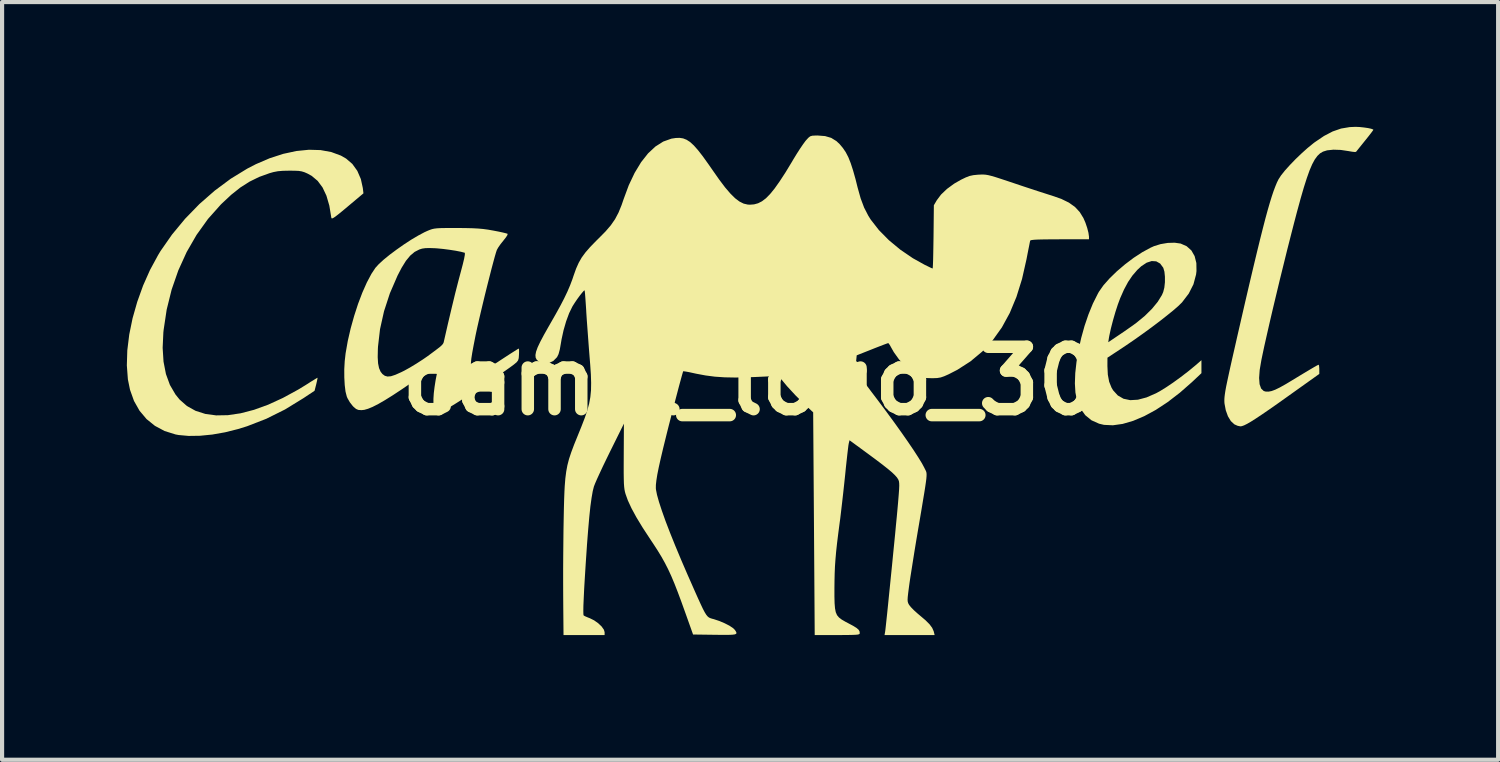
<source format=kicad_pcb>
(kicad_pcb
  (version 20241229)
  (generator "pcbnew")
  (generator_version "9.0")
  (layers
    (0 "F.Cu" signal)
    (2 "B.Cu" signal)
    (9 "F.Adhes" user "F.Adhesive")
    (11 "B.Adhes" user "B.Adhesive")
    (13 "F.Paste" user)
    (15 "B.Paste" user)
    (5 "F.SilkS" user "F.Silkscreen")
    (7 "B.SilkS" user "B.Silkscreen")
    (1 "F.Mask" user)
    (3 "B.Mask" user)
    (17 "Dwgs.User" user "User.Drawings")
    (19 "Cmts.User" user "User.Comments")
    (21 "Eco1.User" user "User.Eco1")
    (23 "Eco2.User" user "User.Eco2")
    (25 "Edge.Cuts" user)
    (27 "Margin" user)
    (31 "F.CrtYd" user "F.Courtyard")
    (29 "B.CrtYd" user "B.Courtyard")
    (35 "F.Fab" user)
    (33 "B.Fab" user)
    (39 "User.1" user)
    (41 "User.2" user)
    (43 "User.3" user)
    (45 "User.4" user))
  (footprint "camel_logo_30"
    (layer "F.Cu")
    (at 14.998 6.11)
    (property "Reference" "camel_logo_30" (at 0 0 0) (layer "F.SilkS") (effects (font (size 1.5 1.5) (thickness 0.3))))
    (attr board_only exclude_from_pos_files exclude_from_bom)
    (fp_poly (pts (xy -10.34 -5.551) (xy -10.082 -5.504) (xy -9.852 -5.419) (xy -9.726 -5.347) (xy -9.576 -5.218) (xy -9.456 -5.051) (xy -9.371 -4.854) (xy -9.324 -4.639) (xy -9.309 -4.511) (xy -9.691 -4.19) (xy -9.824 -4.079) (xy -9.923 -3.999) (xy -9.992 -3.946) (xy -10.038 -3.917) (xy -10.065 -3.907) (xy -10.078 -3.915) (xy -10.082 -3.93) (xy -10.129 -4.215) (xy -10.199 -4.455) (xy -10.292 -4.652) (xy -10.409 -4.81) (xy -10.553 -4.931) (xy -10.657 -4.988) (xy -10.728 -5.019) (xy -10.794 -5.039) (xy -10.869 -5.051) (xy -10.968 -5.055) (xy -11.088 -5.056) (xy -11.243 -5.053) (xy -11.365 -5.043) (xy -11.474 -5.022) (xy -11.569 -4.995) (xy -11.818 -4.905) (xy -12.048 -4.792) (xy -12.268 -4.652) (xy -12.489 -4.476) (xy -12.72 -4.26) (xy -12.74 -4.24) (xy -13.047 -3.895) (xy -13.321 -3.513) (xy -13.56 -3.099) (xy -13.76 -2.659) (xy -13.921 -2.196) (xy -14.04 -1.716) (xy -14.114 -1.224) (xy -14.12 -1.165) (xy -14.137 -0.796) (xy -14.116 -0.464) (xy -14.058 -0.166) (xy -13.962 0.097) (xy -13.828 0.326) (xy -13.73 0.447) (xy -13.553 0.603) (xy -13.346 0.718) (xy -13.111 0.793) (xy -12.851 0.828) (xy -12.568 0.823) (xy -12.263 0.778) (xy -11.94 0.694) (xy -11.6 0.571) (xy -11.245 0.408) (xy -10.878 0.208) (xy -10.688 0.092) (xy -10.585 0.026) (xy -10.499 -0.027) (xy -10.438 -0.064) (xy -10.413 -0.078) (xy -10.413 -0.078) (xy -10.415 -0.055) (xy -10.427 0.005) (xy -10.444 0.079) (xy -10.484 0.236) (xy -10.75 0.413) (xy -11.195 0.686) (xy -11.645 0.91) (xy -12.106 1.089) (xy -12.326 1.157) (xy -12.637 1.235) (xy -12.944 1.289) (xy -13.239 1.318) (xy -13.512 1.322) (xy -13.754 1.3) (xy -13.828 1.286) (xy -14.09 1.204) (xy -14.322 1.08) (xy -14.524 0.917) (xy -14.693 0.716) (xy -14.826 0.481) (xy -14.922 0.212) (xy -14.973 -0.038) (xy -14.998 -0.374) (xy -14.987 -0.736) (xy -14.94 -1.117) (xy -14.86 -1.508) (xy -14.748 -1.902) (xy -14.608 -2.292) (xy -14.441 -2.668) (xy -14.248 -3.024) (xy -14.188 -3.124) (xy -13.911 -3.521) (xy -13.598 -3.899) (xy -13.254 -4.253) (xy -12.885 -4.576) (xy -12.5 -4.862) (xy -12.103 -5.105) (xy -11.894 -5.213) (xy -11.561 -5.356) (xy -11.236 -5.461) (xy -10.92 -5.529) (xy -10.62 -5.559)) (stroke (width 0) (type solid)) (fill yes) (layer "F.SilkS"))
    (fp_poly (pts (xy 10.338 -3.304) (xy 10.34 -3.304) (xy 10.485 -3.24) (xy 10.599 -3.138) (xy 10.677 -3.002) (xy 10.719 -2.835) (xy 10.722 -2.643) (xy 10.712 -2.56) (xy 10.649 -2.324) (xy 10.536 -2.101) (xy 10.375 -1.89) (xy 10.364 -1.879) (xy 10.281 -1.798) (xy 10.161 -1.694) (xy 10.01 -1.572) (xy 9.837 -1.436) (xy 9.646 -1.292) (xy 9.446 -1.146) (xy 9.242 -1.001) (xy 9.041 -0.863) (xy 8.936 -0.793) (xy 8.581 -0.559) (xy 8.58 -0.359) (xy 8.59 -0.151) (xy 8.622 0.019) (xy 8.679 0.161) (xy 8.718 0.226) (xy 8.83 0.349) (xy 8.967 0.428) (xy 9.129 0.462) (xy 9.314 0.451) (xy 9.521 0.396) (xy 9.748 0.297) (xy 9.84 0.247) (xy 9.986 0.157) (xy 10.157 0.042) (xy 10.339 -0.09) (xy 10.519 -0.228) (xy 10.683 -0.363) (xy 10.692 -0.37) (xy 10.841 -0.499) (xy 10.841 -0.343) (xy 10.841 -0.187) (xy 10.614 0.027) (xy 10.322 0.283) (xy 10.031 0.507) (xy 9.745 0.695) (xy 9.467 0.846) (xy 9.2 0.959) (xy 8.947 1.033) (xy 8.712 1.066) (xy 8.498 1.056) (xy 8.38 1.028) (xy 8.197 0.946) (xy 8.047 0.823) (xy 7.93 0.66) (xy 7.847 0.46) (xy 7.811 0.279) (xy 7.798 0.06) (xy 7.807 -0.189) (xy 7.837 -0.459) (xy 7.885 -0.744) (xy 7.927 -0.931) (xy 8.6 -0.931) (xy 8.869 -1.112) (xy 8.99 -1.194) (xy 9.11 -1.278) (xy 9.216 -1.353) (xy 9.281 -1.401) (xy 9.48 -1.565) (xy 9.652 -1.735) (xy 9.79 -1.903) (xy 9.889 -2.063) (xy 9.922 -2.138) (xy 9.949 -2.245) (xy 9.963 -2.374) (xy 9.963 -2.507) (xy 9.951 -2.627) (xy 9.925 -2.716) (xy 9.923 -2.722) (xy 9.848 -2.823) (xy 9.754 -2.876) (xy 9.645 -2.883) (xy 9.524 -2.844) (xy 9.394 -2.758) (xy 9.299 -2.67) (xy 9.181 -2.533) (xy 9.077 -2.38) (xy 8.979 -2.197) (xy 8.888 -1.992) (xy 8.831 -1.839) (xy 8.771 -1.654) (xy 8.714 -1.456) (xy 8.664 -1.263) (xy 8.627 -1.093) (xy 8.618 -1.044) (xy 8.6 -0.931) (xy 7.927 -0.931) (xy 7.95 -1.034) (xy 8.03 -1.322) (xy 8.125 -1.601) (xy 8.231 -1.861) (xy 8.349 -2.096) (xy 8.376 -2.145) (xy 8.485 -2.3) (xy 8.632 -2.466) (xy 8.808 -2.637) (xy 9.004 -2.804) (xy 9.209 -2.959) (xy 9.416 -3.094) (xy 9.614 -3.202) (xy 9.7 -3.241) (xy 9.858 -3.29) (xy 10.03 -3.319) (xy 10.197 -3.324)) (stroke (width 0) (type solid)) (fill yes) (layer "F.SilkS"))
    (fp_poly (pts (xy 14.644 -6.106) (xy 14.747 -6.095) (xy 14.845 -6.081) (xy 14.923 -6.064) (xy 14.968 -6.047) (xy 14.975 -6.039) (xy 14.959 -6.014) (xy 14.917 -5.958) (xy 14.855 -5.878) (xy 14.778 -5.782) (xy 14.773 -5.776) (xy 14.695 -5.679) (xy 14.629 -5.597) (xy 14.581 -5.537) (xy 14.559 -5.51) (xy 14.559 -5.509) (xy 14.529 -5.505) (xy 14.463 -5.512) (xy 14.377 -5.527) (xy 14.19 -5.555) (xy 14.015 -5.561) (xy 13.863 -5.545) (xy 13.764 -5.514) (xy 13.694 -5.473) (xy 13.629 -5.411) (xy 13.566 -5.325) (xy 13.504 -5.21) (xy 13.441 -5.063) (xy 13.375 -4.878) (xy 13.303 -4.652) (xy 13.224 -4.38) (xy 13.207 -4.316) (xy 13.14 -4.072) (xy 13.066 -3.79) (xy 12.986 -3.478) (xy 12.901 -3.144) (xy 12.815 -2.795) (xy 12.727 -2.439) (xy 12.642 -2.084) (xy 12.559 -1.737) (xy 12.482 -1.407) (xy 12.412 -1.1) (xy 12.35 -0.825) (xy 12.3 -0.589) (xy 12.283 -0.507) (xy 12.242 -0.267) (xy 12.228 -0.072) (xy 12.239 0.078) (xy 12.276 0.182) (xy 12.339 0.242) (xy 12.388 0.256) (xy 12.454 0.257) (xy 12.527 0.243) (xy 12.614 0.211) (xy 12.723 0.158) (xy 12.861 0.081) (xy 13.003 -0.004) (xy 13.197 -0.122) (xy 13.351 -0.215) (xy 13.469 -0.285) (xy 13.554 -0.335) (xy 13.612 -0.368) (xy 13.646 -0.385) (xy 13.66 -0.39) (xy 13.669 -0.367) (xy 13.674 -0.309) (xy 13.675 -0.279) (xy 13.675 -0.169) (xy 12.937 0.357) (xy 12.686 0.536) (xy 12.473 0.685) (xy 12.295 0.807) (xy 12.149 0.904) (xy 12.031 0.979) (xy 11.937 1.033) (xy 11.866 1.068) (xy 11.812 1.087) (xy 11.777 1.092) (xy 11.71 1.078) (xy 11.636 1.045) (xy 11.631 1.042) (xy 11.548 0.965) (xy 11.478 0.849) (xy 11.426 0.705) (xy 11.396 0.546) (xy 11.393 0.511) (xy 11.392 0.472) (xy 11.393 0.428) (xy 11.397 0.377) (xy 11.405 0.313) (xy 11.417 0.235) (xy 11.435 0.136) (xy 11.46 0.015) (xy 11.492 -0.134) (xy 11.531 -0.313) (xy 11.579 -0.528) (xy 11.637 -0.781) (xy 11.704 -1.077) (xy 11.783 -1.42) (xy 11.788 -1.443) (xy 11.899 -1.925) (xy 12 -2.358) (xy 12.092 -2.747) (xy 12.175 -3.093) (xy 12.25 -3.4) (xy 12.318 -3.67) (xy 12.379 -3.906) (xy 12.435 -4.111) (xy 12.486 -4.287) (xy 12.533 -4.439) (xy 12.576 -4.567) (xy 12.617 -4.676) (xy 12.655 -4.768) (xy 12.693 -4.846) (xy 12.694 -4.848) (xy 12.755 -4.942) (xy 12.848 -5.059) (xy 12.967 -5.191) (xy 13.103 -5.332) (xy 13.248 -5.471) (xy 13.394 -5.602) (xy 13.534 -5.716) (xy 13.567 -5.741) (xy 13.789 -5.891) (xy 13.996 -5.999) (xy 14.198 -6.069) (xy 14.406 -6.104) (xy 14.546 -6.11)) (stroke (width 0) (type solid)) (fill yes) (layer "F.SilkS"))
    (fp_poly (pts (xy -7.058 -3.678) (xy -6.854 -3.676) (xy -6.69 -3.672) (xy -6.553 -3.665) (xy -6.432 -3.654) (xy -6.313 -3.638) (xy -6.188 -3.616) (xy -6.063 -3.592) (xy -5.957 -3.569) (xy -5.88 -3.55) (xy -5.843 -3.538) (xy -5.842 -3.537) (xy -5.847 -3.509) (xy -5.881 -3.455) (xy -5.936 -3.385) (xy -5.942 -3.377) (xy -6.01 -3.292) (xy -6.068 -3.209) (xy -6.101 -3.15) (xy -6.12 -3.094) (xy -6.149 -2.995) (xy -6.186 -2.859) (xy -6.23 -2.694) (xy -6.278 -2.505) (xy -6.33 -2.301) (xy -6.383 -2.088) (xy -6.435 -1.873) (xy -6.485 -1.663) (xy -6.531 -1.466) (xy -6.572 -1.287) (xy -6.605 -1.134) (xy -6.616 -1.08) (xy -6.66 -0.856) (xy -6.693 -0.677) (xy -6.715 -0.537) (xy -6.725 -0.43) (xy -6.726 -0.351) (xy -6.717 -0.293) (xy -6.699 -0.251) (xy -6.689 -0.237) (xy -6.653 -0.204) (xy -6.61 -0.189) (xy -6.552 -0.194) (xy -6.476 -0.221) (xy -6.376 -0.272) (xy -6.246 -0.349) (xy -6.082 -0.454) (xy -6.02 -0.495) (xy -5.887 -0.582) (xy -5.77 -0.658) (xy -5.674 -0.719) (xy -5.607 -0.761) (xy -5.575 -0.779) (xy -5.574 -0.78) (xy -5.568 -0.756) (xy -5.567 -0.696) (xy -5.569 -0.631) (xy -5.575 -0.548) (xy -5.591 -0.494) (xy -5.626 -0.449) (xy -5.69 -0.396) (xy -5.707 -0.383) (xy -5.786 -0.325) (xy -5.898 -0.246) (xy -6.035 -0.152) (xy -6.19 -0.047) (xy -6.356 0.065) (xy -6.526 0.178) (xy -6.693 0.288) (xy -6.851 0.39) (xy -6.991 0.48) (xy -7.107 0.553) (xy -7.192 0.605) (xy -7.229 0.625) (xy -7.364 0.681) (xy -7.472 0.7) (xy -7.556 0.68) (xy -7.58 0.665) (xy -7.605 0.64) (xy -7.62 0.602) (xy -7.626 0.54) (xy -7.626 0.44) (xy -7.625 0.411) (xy -7.617 0.292) (xy -7.599 0.145) (xy -7.575 -0.009) (xy -7.557 -0.104) (xy -7.533 -0.221) (xy -7.514 -0.318) (xy -7.502 -0.384) (xy -7.499 -0.409) (xy -7.521 -0.397) (xy -7.578 -0.36) (xy -7.663 -0.302) (xy -7.768 -0.229) (xy -7.841 -0.178) (xy -8.132 0.027) (xy -8.386 0.201) (xy -8.606 0.346) (xy -8.794 0.463) (xy -8.953 0.555) (xy -9.087 0.623) (xy -9.198 0.669) (xy -9.289 0.695) (xy -9.356 0.702) (xy -9.431 0.697) (xy -9.487 0.673) (xy -9.547 0.622) (xy -9.568 0.6) (xy -9.636 0.513) (xy -9.694 0.412) (xy -9.71 0.373) (xy -9.74 0.255) (xy -9.759 0.099) (xy -9.769 -0.083) (xy -9.77 -0.28) (xy -9.759 -0.478) (xy -9.748 -0.573) (xy -8.966 -0.573) (xy -8.957 -0.423) (xy -8.934 -0.309) (xy -8.896 -0.222) (xy -8.852 -0.166) (xy -8.795 -0.124) (xy -8.73 -0.106) (xy -8.647 -0.113) (xy -8.541 -0.148) (xy -8.402 -0.21) (xy -8.327 -0.247) (xy -8.19 -0.323) (xy -8.033 -0.418) (xy -7.877 -0.519) (xy -7.76 -0.6) (xy -7.628 -0.698) (xy -7.531 -0.771) (xy -7.464 -0.823) (xy -7.422 -0.862) (xy -7.397 -0.892) (xy -7.383 -0.918) (xy -7.376 -0.944) (xy -7.276 -1.382) (xy -7.184 -1.77) (xy -7.102 -2.109) (xy -7.027 -2.402) (xy -6.972 -2.608) (xy -6.922 -2.797) (xy -6.888 -2.939) (xy -6.871 -3.032) (xy -6.87 -3.078) (xy -6.873 -3.082) (xy -6.964 -3.106) (xy -7.091 -3.131) (xy -7.239 -3.154) (xy -7.393 -3.174) (xy -7.537 -3.188) (xy -7.584 -3.191) (xy -7.721 -3.196) (xy -7.821 -3.193) (xy -7.898 -3.182) (xy -7.965 -3.161) (xy -8.078 -3.103) (xy -8.184 -3.014) (xy -8.287 -2.889) (xy -8.39 -2.723) (xy -8.488 -2.535) (xy -8.673 -2.108) (xy -8.814 -1.676) (xy -8.91 -1.246) (xy -8.959 -0.825) (xy -8.962 -0.767) (xy -8.966 -0.573) (xy -9.748 -0.573) (xy -9.738 -0.663) (xy -9.686 -0.96) (xy -9.616 -1.264) (xy -9.532 -1.564) (xy -9.438 -1.854) (xy -9.335 -2.125) (xy -9.227 -2.368) (xy -9.117 -2.575) (xy -9.021 -2.72) (xy -8.94 -2.809) (xy -8.823 -2.916) (xy -8.677 -3.035) (xy -8.512 -3.158) (xy -8.337 -3.281) (xy -8.161 -3.396) (xy -7.992 -3.496) (xy -7.84 -3.577) (xy -7.767 -3.61) (xy -7.711 -3.633) (xy -7.661 -3.65) (xy -7.608 -3.662) (xy -7.543 -3.67) (xy -7.458 -3.675) (xy -7.344 -3.677) (xy -7.194 -3.678)) (stroke (width 0) (type solid)) (fill yes) (layer "F.SilkS"))
    (fp_poly (pts (xy 1.791 -5.888) (xy 1.938 -5.845) (xy 2.064 -5.767) (xy 2.141 -5.695) (xy 2.219 -5.602) (xy 2.288 -5.5) (xy 2.35 -5.381) (xy 2.407 -5.238) (xy 2.464 -5.063) (xy 2.524 -4.85) (xy 2.572 -4.657) (xy 2.646 -4.392) (xy 2.73 -4.168) (xy 2.831 -3.972) (xy 2.888 -3.881) (xy 3.085 -3.628) (xy 3.325 -3.385) (xy 3.6 -3.157) (xy 3.902 -2.951) (xy 4.18 -2.796) (xy 4.268 -2.753) (xy 4.336 -2.72) (xy 4.374 -2.704) (xy 4.377 -2.704) (xy 4.381 -2.729) (xy 4.385 -2.799) (xy 4.389 -2.909) (xy 4.392 -3.051) (xy 4.395 -3.22) (xy 4.398 -3.408) (xy 4.399 -3.464) (xy 4.407 -4.225) (xy 4.478 -4.346) (xy 4.58 -4.482) (xy 4.723 -4.618) (xy 4.895 -4.744) (xy 5.059 -4.838) (xy 5.175 -4.894) (xy 5.266 -4.929) (xy 5.355 -4.948) (xy 5.461 -4.959) (xy 5.482 -4.96) (xy 5.545 -4.963) (xy 5.6 -4.963) (xy 5.655 -4.959) (xy 5.718 -4.948) (xy 5.794 -4.929) (xy 5.893 -4.9) (xy 6.02 -4.859) (xy 6.183 -4.805) (xy 6.347 -4.75) (xy 6.537 -4.686) (xy 6.725 -4.624) (xy 6.901 -4.566) (xy 7.054 -4.517) (xy 7.175 -4.478) (xy 7.24 -4.458) (xy 7.47 -4.378) (xy 7.654 -4.288) (xy 7.8 -4.184) (xy 7.915 -4.06) (xy 8.004 -3.915) (xy 8.052 -3.804) (xy 8.094 -3.68) (xy 8.124 -3.563) (xy 8.137 -3.471) (xy 8.137 -3.464) (xy 8.137 -3.406) (xy 7.435 -3.406) (xy 7.214 -3.405) (xy 7.04 -3.403) (xy 6.909 -3.4) (xy 6.817 -3.395) (xy 6.758 -3.388) (xy 6.729 -3.379) (xy 6.723 -3.373) (xy 6.715 -3.338) (xy 6.7 -3.26) (xy 6.678 -3.151) (xy 6.652 -3.018) (xy 6.634 -2.924) (xy 6.527 -2.451) (xy 6.393 -2.022) (xy 6.232 -1.634) (xy 6.042 -1.287) (xy 5.822 -0.979) (xy 5.571 -0.707) (xy 5.288 -0.471) (xy 4.972 -0.268) (xy 4.764 -0.161) (xy 4.656 -0.113) (xy 4.571 -0.084) (xy 4.488 -0.07) (xy 4.384 -0.066) (xy 4.355 -0.066) (xy 4.229 -0.07) (xy 4.135 -0.085) (xy 4.053 -0.113) (xy 4.022 -0.127) (xy 3.87 -0.223) (xy 3.715 -0.357) (xy 3.569 -0.518) (xy 3.443 -0.694) (xy 3.383 -0.8) (xy 3.347 -0.865) (xy 3.318 -0.904) (xy 3.31 -0.91) (xy 3.281 -0.901) (xy 3.213 -0.876) (xy 3.114 -0.838) (xy 2.993 -0.791) (xy 2.923 -0.763) (xy 2.552 -0.616) (xy 2.534 -0.437) (xy 2.527 -0.326) (xy 2.533 -0.254) (xy 2.552 -0.21) (xy 2.576 -0.178) (xy 2.627 -0.109) (xy 2.701 -0.01) (xy 2.795 0.114) (xy 2.903 0.258) (xy 3.023 0.416) (xy 3.085 0.498) (xy 3.279 0.758) (xy 3.463 1.009) (xy 3.633 1.247) (xy 3.787 1.468) (xy 3.922 1.667) (xy 4.034 1.84) (xy 4.121 1.982) (xy 4.178 2.088) (xy 4.184 2.101) (xy 4.199 2.131) (xy 4.212 2.156) (xy 4.222 2.18) (xy 4.229 2.207) (xy 4.232 2.243) (xy 4.231 2.29) (xy 4.226 2.353) (xy 4.215 2.438) (xy 4.199 2.548) (xy 4.177 2.687) (xy 4.148 2.861) (xy 4.113 3.073) (xy 4.07 3.327) (xy 4.021 3.614) (xy 3.981 3.852) (xy 3.942 4.089) (xy 3.906 4.316) (xy 3.873 4.525) (xy 3.844 4.707) (xy 3.822 4.854) (xy 3.808 4.957) (xy 3.79 5.096) (xy 3.779 5.194) (xy 3.775 5.261) (xy 3.779 5.308) (xy 3.79 5.344) (xy 3.809 5.38) (xy 3.813 5.386) (xy 3.855 5.439) (xy 3.926 5.512) (xy 4.016 5.593) (xy 4.073 5.641) (xy 4.207 5.755) (xy 4.303 5.851) (xy 4.366 5.936) (xy 4.402 6.017) (xy 4.408 6.038) (xy 4.425 6.11) (xy 3.823 6.11) (xy 3.221 6.11) (xy 3.236 6.025) (xy 3.242 5.98) (xy 3.252 5.889) (xy 3.266 5.758) (xy 3.284 5.591) (xy 3.304 5.396) (xy 3.326 5.177) (xy 3.35 4.94) (xy 3.375 4.692) (xy 3.401 4.436) (xy 3.426 4.18) (xy 3.451 3.929) (xy 3.475 3.688) (xy 3.496 3.463) (xy 3.516 3.26) (xy 3.532 3.085) (xy 3.545 2.942) (xy 3.548 2.905) (xy 3.562 2.736) (xy 3.571 2.61) (xy 3.575 2.52) (xy 3.573 2.457) (xy 3.567 2.412) (xy 3.555 2.379) (xy 3.55 2.368) (xy 3.519 2.32) (xy 3.469 2.264) (xy 3.398 2.196) (xy 3.299 2.113) (xy 3.17 2.011) (xy 3.005 1.886) (xy 2.821 1.75) (xy 2.379 1.426) (xy 2.361 1.5) (xy 2.353 1.545) (xy 2.342 1.634) (xy 2.327 1.759) (xy 2.31 1.913) (xy 2.291 2.087) (xy 2.275 2.249) (xy 2.252 2.465) (xy 2.227 2.695) (xy 2.201 2.924) (xy 2.176 3.138) (xy 2.154 3.322) (xy 2.144 3.393) (xy 2.108 3.669) (xy 2.079 3.904) (xy 2.057 4.107) (xy 2.041 4.289) (xy 2.029 4.459) (xy 2.022 4.628) (xy 2.018 4.805) (xy 2.016 4.979) (xy 2.016 5.183) (xy 2.02 5.344) (xy 2.03 5.467) (xy 2.048 5.56) (xy 2.079 5.632) (xy 2.126 5.688) (xy 2.19 5.737) (xy 2.275 5.787) (xy 2.349 5.826) (xy 2.469 5.89) (xy 2.549 5.94) (xy 2.597 5.982) (xy 2.62 6.022) (xy 2.625 6.064) (xy 2.622 6.079) (xy 2.607 6.091) (xy 2.574 6.099) (xy 2.517 6.104) (xy 2.429 6.107) (xy 2.304 6.109) (xy 2.135 6.11) (xy 2.084 6.11) (xy 1.542 6.11) (xy 1.524 3.432) (xy 1.505 0.755) (xy 1.344 0.605) (xy 1.089 0.356) (xy 0.878 0.128) (xy 0.786 0.017) (xy 0.723 -0.06) (xy 0.679 -0.104) (xy 0.641 -0.123) (xy 0.596 -0.124) (xy 0.56 -0.12) (xy 0.501 -0.115) (xy 0.401 -0.108) (xy 0.269 -0.102) (xy 0.115 -0.095) (xy -0.052 -0.089) (xy -0.065 -0.088) (xy -0.363 -0.082) (xy -0.624 -0.087) (xy -0.859 -0.103) (xy -1.082 -0.132) (xy -1.307 -0.174) (xy -1.371 -0.188) (xy -1.476 -0.211) (xy -1.559 -0.226) (xy -1.611 -0.233) (xy -1.621 -0.232) (xy -1.63 -0.203) (xy -1.651 -0.131) (xy -1.681 -0.021) (xy -1.72 0.121) (xy -1.764 0.289) (xy -1.813 0.475) (xy -1.864 0.674) (xy -1.917 0.879) (xy -1.97 1.085) (xy -2.02 1.284) (xy -2.027 1.313) (xy -2.101 1.612) (xy -2.161 1.866) (xy -2.208 2.077) (xy -2.243 2.251) (xy -2.265 2.39) (xy -2.277 2.499) (xy -2.278 2.581) (xy -2.275 2.612) (xy -2.25 2.739) (xy -2.202 2.91) (xy -2.133 3.121) (xy -2.045 3.369) (xy -1.937 3.65) (xy -1.811 3.963) (xy -1.669 4.303) (xy -1.512 4.667) (xy -1.441 4.827) (xy -1.343 5.05) (xy -1.262 5.231) (xy -1.197 5.373) (xy -1.145 5.483) (xy -1.102 5.564) (xy -1.066 5.622) (xy -1.033 5.662) (xy -1.001 5.688) (xy -0.967 5.704) (xy -0.927 5.717) (xy -0.884 5.728) (xy -0.751 5.772) (xy -0.622 5.827) (xy -0.507 5.886) (xy -0.42 5.944) (xy -0.379 5.985) (xy -0.352 6.026) (xy -0.339 6.057) (xy -0.346 6.079) (xy -0.378 6.094) (xy -0.441 6.102) (xy -0.54 6.106) (xy -0.681 6.106) (xy -0.86 6.104) (xy -1.383 6.097) (xy -1.559 5.603) (xy -1.661 5.319) (xy -1.751 5.077) (xy -1.832 4.87) (xy -1.908 4.689) (xy -1.983 4.527) (xy -2.06 4.376) (xy -2.142 4.229) (xy -2.234 4.078) (xy -2.339 3.916) (xy -2.411 3.808) (xy -2.595 3.527) (xy -2.745 3.28) (xy -2.863 3.063) (xy -2.951 2.873) (xy -3.007 2.717) (xy -3.021 2.666) (xy -3.032 2.611) (xy -3.04 2.545) (xy -3.046 2.462) (xy -3.049 2.355) (xy -3.051 2.216) (xy -3.051 2.04) (xy -3.05 1.819) (xy -3.05 1.794) (xy -3.046 1.027) (xy -3.379 1.699) (xy -3.468 1.881) (xy -3.552 2.055) (xy -3.627 2.216) (xy -3.69 2.353) (xy -3.737 2.461) (xy -3.764 2.53) (xy -3.766 2.534) (xy -3.795 2.648) (xy -3.823 2.808) (xy -3.852 3.017) (xy -3.879 3.275) (xy -3.906 3.583) (xy -3.934 3.942) (xy -3.937 3.991) (xy -3.963 4.374) (xy -3.984 4.707) (xy -4.001 4.99) (xy -4.012 5.222) (xy -4.02 5.403) (xy -4.022 5.533) (xy -4.02 5.612) (xy -4.014 5.639) (xy -3.978 5.659) (xy -3.91 5.688) (xy -3.864 5.706) (xy -3.763 5.756) (xy -3.665 5.825) (xy -3.583 5.903) (xy -3.528 5.98) (xy -3.51 6.04) (xy -3.51 6.11) (xy -4.004 6.11) (xy -4.498 6.11) (xy -4.504 5.44) (xy -4.506 5.144) (xy -4.507 4.835) (xy -4.507 4.519) (xy -4.505 4.203) (xy -4.502 3.892) (xy -4.499 3.595) (xy -4.494 3.317) (xy -4.489 3.064) (xy -4.483 2.844) (xy -4.476 2.663) (xy -4.469 2.528) (xy -4.454 2.342) (xy -4.433 2.179) (xy -4.405 2.028) (xy -4.366 1.877) (xy -4.312 1.714) (xy -4.242 1.527) (xy -4.164 1.335) (xy -4.066 1.093) (xy -3.987 0.888) (xy -3.926 0.708) (xy -3.882 0.545) (xy -3.853 0.387) (xy -3.837 0.224) (xy -3.834 0.048) (xy -3.84 -0.154) (xy -3.856 -0.39) (xy -3.871 -0.574) (xy -3.888 -0.789) (xy -3.905 -1.018) (xy -3.922 -1.247) (xy -3.938 -1.461) (xy -3.95 -1.644) (xy -3.953 -1.703) (xy -3.963 -1.853) (xy -3.972 -1.984) (xy -3.98 -2.088) (xy -3.987 -2.156) (xy -3.991 -2.179) (xy -4.011 -2.167) (xy -4.052 -2.12) (xy -4.107 -2.051) (xy -4.168 -1.968) (xy -4.227 -1.881) (xy -4.278 -1.801) (xy -4.286 -1.787) (xy -4.363 -1.629) (xy -4.435 -1.434) (xy -4.497 -1.22) (xy -4.545 -1.001) (xy -4.559 -0.917) (xy -4.587 -0.758) (xy -4.618 -0.644) (xy -4.654 -0.572) (xy -4.745 -0.48) (xy -4.853 -0.429) (xy -4.967 -0.42) (xy -5.076 -0.455) (xy -5.098 -0.47) (xy -5.142 -0.51) (xy -5.168 -0.56) (xy -5.173 -0.623) (xy -5.158 -0.704) (xy -5.12 -0.809) (xy -5.057 -0.942) (xy -4.969 -1.108) (xy -4.854 -1.312) (xy -4.831 -1.352) (xy -4.692 -1.595) (xy -4.577 -1.803) (xy -4.483 -1.984) (xy -4.405 -2.147) (xy -4.34 -2.299) (xy -4.283 -2.45) (xy -4.253 -2.54) (xy -4.195 -2.702) (xy -4.133 -2.841) (xy -4.061 -2.967) (xy -3.971 -3.09) (xy -3.857 -3.221) (xy -3.712 -3.37) (xy -3.649 -3.432) (xy -3.487 -3.596) (xy -3.36 -3.744) (xy -3.259 -3.89) (xy -3.176 -4.047) (xy -3.102 -4.228) (xy -3.054 -4.368) (xy -2.929 -4.706) (xy -2.788 -5.003) (xy -2.633 -5.259) (xy -2.466 -5.471) (xy -2.288 -5.637) (xy -2.1 -5.756) (xy -1.904 -5.826) (xy -1.8 -5.842) (xy -1.707 -5.845) (xy -1.621 -5.832) (xy -1.538 -5.799) (xy -1.453 -5.744) (xy -1.363 -5.661) (xy -1.263 -5.548) (xy -1.148 -5.4) (xy -1.014 -5.213) (xy -0.916 -5.072) (xy -0.754 -4.841) (xy -0.612 -4.653) (xy -0.485 -4.505) (xy -0.372 -4.393) (xy -0.267 -4.314) (xy -0.167 -4.264) (xy -0.068 -4.241) (xy -0.016 -4.238) (xy 0.085 -4.246) (xy 0.18 -4.272) (xy 0.274 -4.32) (xy 0.37 -4.393) (xy 0.47 -4.495) (xy 0.579 -4.629) (xy 0.699 -4.799) (xy 0.835 -5.007) (xy 0.988 -5.259) (xy 1.028 -5.327) (xy 1.108 -5.458) (xy 1.188 -5.583) (xy 1.261 -5.69) (xy 1.318 -5.768) (xy 1.335 -5.788) (xy 1.39 -5.848) (xy 1.433 -5.882) (xy 1.484 -5.897) (xy 1.561 -5.901) (xy 1.609 -5.902)) (stroke (width 0) (type solid)) (fill yes) (layer "F.SilkS")))
  (gr_rect
    (start -3 -3)
    (end 32.973 15.219)
    (stroke (width 0.1) (type default))
    (fill no)
    (layer "Edge.Cuts")))
</source>
